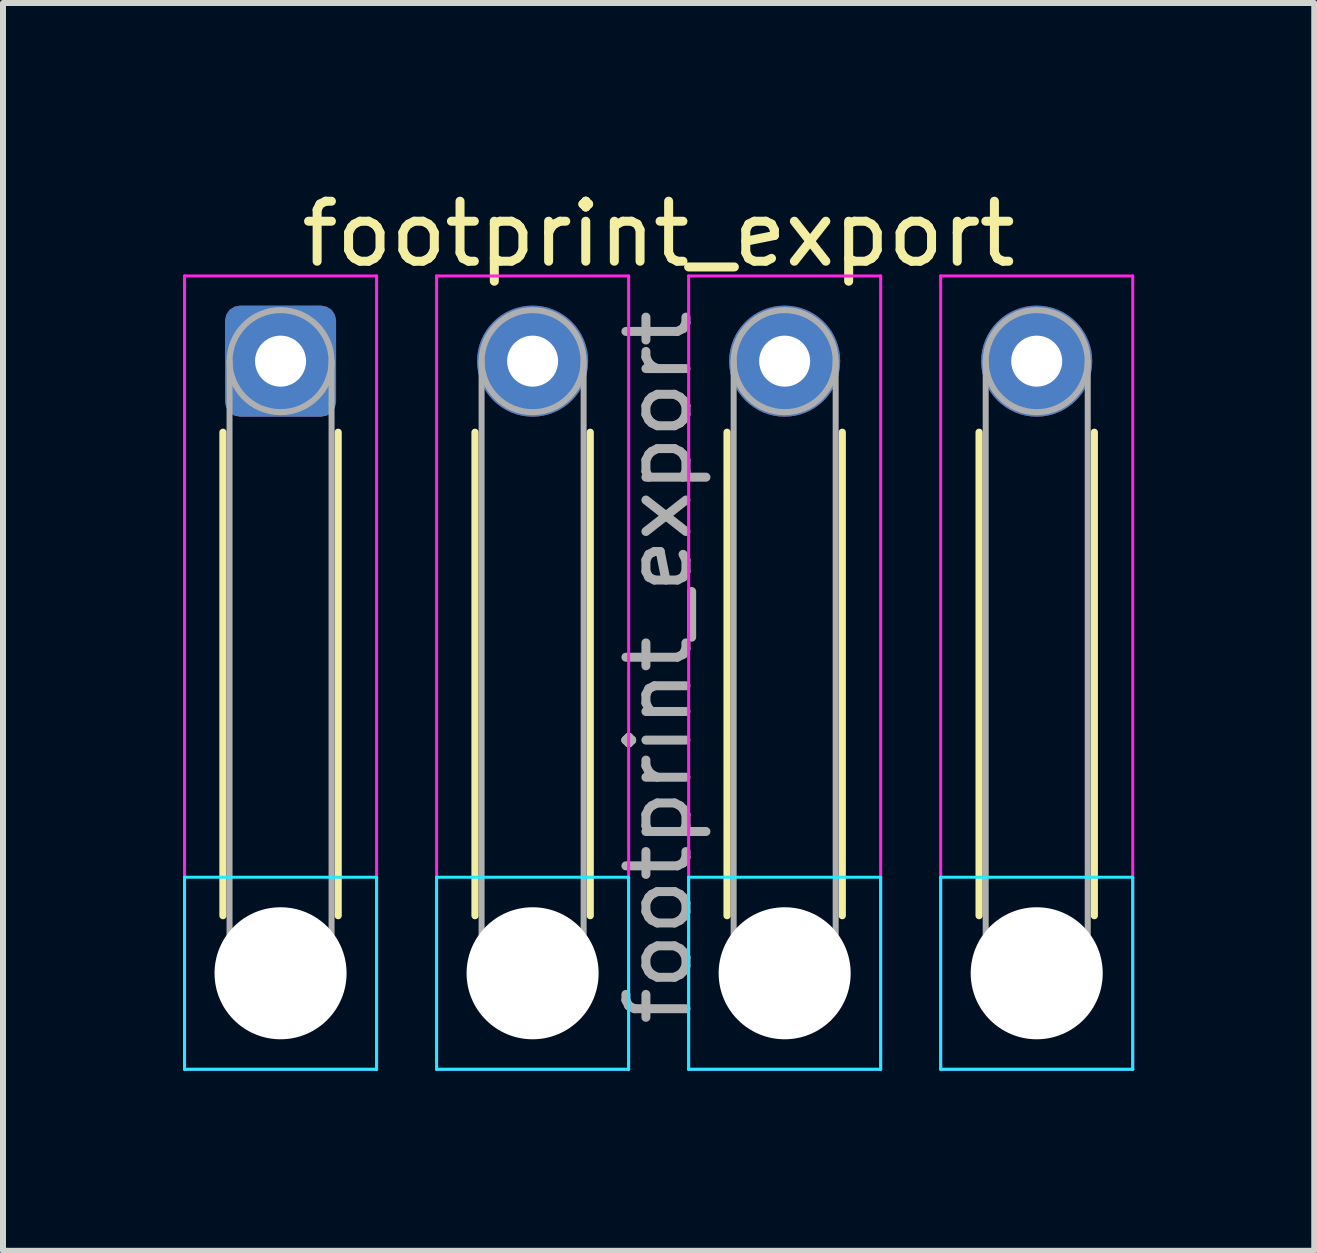
<source format=kicad_pcb>
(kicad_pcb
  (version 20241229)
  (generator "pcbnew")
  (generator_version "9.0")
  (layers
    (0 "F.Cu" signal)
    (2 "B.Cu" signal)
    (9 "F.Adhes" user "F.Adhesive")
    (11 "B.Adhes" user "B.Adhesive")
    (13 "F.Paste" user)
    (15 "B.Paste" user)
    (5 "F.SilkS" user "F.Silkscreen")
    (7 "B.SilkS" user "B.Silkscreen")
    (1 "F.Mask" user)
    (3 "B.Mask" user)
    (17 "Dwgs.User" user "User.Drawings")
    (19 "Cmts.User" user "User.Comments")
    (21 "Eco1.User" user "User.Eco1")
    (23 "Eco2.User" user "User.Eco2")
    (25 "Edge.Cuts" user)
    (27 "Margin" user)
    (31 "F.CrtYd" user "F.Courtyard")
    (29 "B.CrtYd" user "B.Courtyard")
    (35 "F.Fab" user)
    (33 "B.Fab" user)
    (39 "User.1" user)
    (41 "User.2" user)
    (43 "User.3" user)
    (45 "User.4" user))
  (footprint "footprint_export"
    (layer "F.Cu")
    (at 1.625 2.968)
    (property "Reference" "footprint_export" (at 6.3 -2.12 0) (layer "F.SilkS") (effects (font (size 1 1) (thickness 0.15))))
    (attr exclude_from_pos_files exclude_from_bom)
    (fp_line (start -0.96 1.185) (end -0.96 9.24) (stroke (width 0.12) (type solid)) (layer "F.SilkS"))
    (fp_line (start 0.96 1.185) (end 0.96 9.24) (stroke (width 0.12) (type solid)) (layer "F.SilkS"))
    (fp_line (start 3.24 1.185) (end 3.24 9.24) (stroke (width 0.12) (type solid)) (layer "F.SilkS"))
    (fp_line (start 5.16 1.185) (end 5.16 9.24) (stroke (width 0.12) (type solid)) (layer "F.SilkS"))
    (fp_line (start 7.44 1.185) (end 7.44 9.24) (stroke (width 0.12) (type solid)) (layer "F.SilkS"))
    (fp_line (start 9.36 1.185) (end 9.36 9.24) (stroke (width 0.12) (type solid)) (layer "F.SilkS"))
    (fp_line (start 11.64 1.185) (end 11.64 9.24) (stroke (width 0.12) (type solid)) (layer "F.SilkS"))
    (fp_line (start 13.56 1.185) (end 13.56 9.24) (stroke (width 0.12) (type solid)) (layer "F.SilkS"))
    (fp_line (start -1.6 8.6) (end -1.6 11.8) (stroke (width 0.05) (type solid)) (layer "B.CrtYd"))
    (fp_line (start -1.6 11.8) (end 1.6 11.8) (stroke (width 0.05) (type solid)) (layer "B.CrtYd"))
    (fp_line (start 1.6 8.6) (end -1.6 8.6) (stroke (width 0.05) (type solid)) (layer "B.CrtYd"))
    (fp_line (start 1.6 11.8) (end 1.6 8.6) (stroke (width 0.05) (type solid)) (layer "B.CrtYd"))
    (fp_line (start 2.6 8.6) (end 2.6 11.8) (stroke (width 0.05) (type solid)) (layer "B.CrtYd"))
    (fp_line (start 2.6 11.8) (end 5.8 11.8) (stroke (width 0.05) (type solid)) (layer "B.CrtYd"))
    (fp_line (start 5.8 8.6) (end 2.6 8.6) (stroke (width 0.05) (type solid)) (layer "B.CrtYd"))
    (fp_line (start 5.8 11.8) (end 5.8 8.6) (stroke (width 0.05) (type solid)) (layer "B.CrtYd"))
    (fp_line (start 6.8 8.6) (end 6.8 11.8) (stroke (width 0.05) (type solid)) (layer "B.CrtYd"))
    (fp_line (start 6.8 11.8) (end 10 11.8) (stroke (width 0.05) (type solid)) (layer "B.CrtYd"))
    (fp_line (start 10 8.6) (end 6.8 8.6) (stroke (width 0.05) (type solid)) (layer "B.CrtYd"))
    (fp_line (start 10 11.8) (end 10 8.6) (stroke (width 0.05) (type solid)) (layer "B.CrtYd"))
    (fp_line (start 11 8.6) (end 11 11.8) (stroke (width 0.05) (type solid)) (layer "B.CrtYd"))
    (fp_line (start 11 11.8) (end 14.2 11.8) (stroke (width 0.05) (type solid)) (layer "B.CrtYd"))
    (fp_line (start 14.2 8.6) (end 11 8.6) (stroke (width 0.05) (type solid)) (layer "B.CrtYd"))
    (fp_line (start 14.2 11.8) (end 14.2 8.6) (stroke (width 0.05) (type solid)) (layer "B.CrtYd"))
    (fp_line (start -1.6 -1.42) (end -1.6 11.8) (stroke (width 0.05) (type solid)) (layer "F.CrtYd"))
    (fp_line (start -1.6 11.8) (end 1.6 11.8) (stroke (width 0.05) (type solid)) (layer "F.CrtYd"))
    (fp_line (start 1.6 -1.42) (end -1.6 -1.42) (stroke (width 0.05) (type solid)) (layer "F.CrtYd"))
    (fp_line (start 1.6 11.8) (end 1.6 -1.42) (stroke (width 0.05) (type solid)) (layer "F.CrtYd"))
    (fp_line (start 2.6 -1.42) (end 2.6 11.8) (stroke (width 0.05) (type solid)) (layer "F.CrtYd"))
    (fp_line (start 2.6 11.8) (end 5.8 11.8) (stroke (width 0.05) (type solid)) (layer "F.CrtYd"))
    (fp_line (start 5.8 -1.42) (end 2.6 -1.42) (stroke (width 0.05) (type solid)) (layer "F.CrtYd"))
    (fp_line (start 5.8 11.8) (end 5.8 -1.42) (stroke (width 0.05) (type solid)) (layer "F.CrtYd"))
    (fp_line (start 6.8 -1.42) (end 6.8 11.8) (stroke (width 0.05) (type solid)) (layer "F.CrtYd"))
    (fp_line (start 6.8 11.8) (end 10 11.8) (stroke (width 0.05) (type solid)) (layer "F.CrtYd"))
    (fp_line (start 10 -1.42) (end 6.8 -1.42) (stroke (width 0.05) (type solid)) (layer "F.CrtYd"))
    (fp_line (start 10 11.8) (end 10 -1.42) (stroke (width 0.05) (type solid)) (layer "F.CrtYd"))
    (fp_line (start 11 -1.42) (end 11 11.8) (stroke (width 0.05) (type solid)) (layer "F.CrtYd"))
    (fp_line (start 11 11.8) (end 14.2 11.8) (stroke (width 0.05) (type solid)) (layer "F.CrtYd"))
    (fp_line (start 14.2 -1.42) (end 11 -1.42) (stroke (width 0.05) (type solid)) (layer "F.CrtYd"))
    (fp_line (start 14.2 11.8) (end 14.2 -1.42) (stroke (width 0.05) (type solid)) (layer "F.CrtYd"))
    (fp_line (start -0.85 0) (end -0.85 10.2) (stroke (width 0.1) (type solid)) (layer "F.Fab"))
    (fp_line (start 0.85 0) (end 0.85 10.2) (stroke (width 0.1) (type solid)) (layer "F.Fab"))
    (fp_line (start 3.35 0) (end 3.35 10.2) (stroke (width 0.1) (type solid)) (layer "F.Fab"))
    (fp_line (start 5.05 0) (end 5.05 10.2) (stroke (width 0.1) (type solid)) (layer "F.Fab"))
    (fp_line (start 7.55 0) (end 7.55 10.2) (stroke (width 0.1) (type solid)) (layer "F.Fab"))
    (fp_line (start 9.25 0) (end 9.25 10.2) (stroke (width 0.1) (type solid)) (layer "F.Fab"))
    (fp_line (start 11.75 0) (end 11.75 10.2) (stroke (width 0.1) (type solid)) (layer "F.Fab"))
    (fp_line (start 13.45 0) (end 13.45 10.2) (stroke (width 0.1) (type solid)) (layer "F.Fab"))
    (fp_circle (center 0 0) (end 0.85 0) (stroke (width 0.1) (type solid)) (fill no) (layer "F.Fab"))
    (fp_circle (center 0 10.2) (end 0.85 10.2) (stroke (width 0.1) (type solid)) (fill no) (layer "F.Fab"))
    (fp_circle (center 4.2 0) (end 5.05 0) (stroke (width 0.1) (type solid)) (fill no) (layer "F.Fab"))
    (fp_circle (center 4.2 10.2) (end 5.05 10.2) (stroke (width 0.1) (type solid)) (fill no) (layer "F.Fab"))
    (fp_circle (center 8.4 0) (end 9.25 0) (stroke (width 0.1) (type solid)) (fill no) (layer "F.Fab"))
    (fp_circle (center 8.4 10.2) (end 9.25 10.2) (stroke (width 0.1) (type solid)) (fill no) (layer "F.Fab"))
    (fp_circle (center 12.6 0) (end 13.45 0) (stroke (width 0.1) (type solid)) (fill no) (layer "F.Fab"))
    (fp_circle (center 12.6 10.2) (end 13.45 10.2) (stroke (width 0.1) (type solid)) (fill no) (layer "F.Fab"))
    (fp_text user "${REFERENCE}" (at 6.3 5.1 90) (layer "F.Fab") (effects (font (size 1 1) (thickness 0.15))))
    (pad "" np_thru_hole circle (at 0 10.2) (size 2.2 2.2) (drill 2.2) (layers "*.Cu" "*.Mask"))
    (pad "" np_thru_hole circle (at 4.2 10.2) (size 2.2 2.2) (drill 2.2) (layers "*.Cu" "*.Mask"))
    (pad "" np_thru_hole circle (at 8.4 10.2) (size 2.2 2.2) (drill 2.2) (layers "*.Cu" "*.Mask"))
    (pad "" np_thru_hole circle (at 12.6 10.2) (size 2.2 2.2) (drill 2.2) (layers "*.Cu" "*.Mask"))
    (pad "1" thru_hole roundrect (at 0 0) (size 1.85 1.85) (drill 0.85) (layers "*.Cu" "*.Mask") (roundrect_rratio 0.135))
    (pad "2" thru_hole circle (at 4.2 0) (size 1.85 1.85) (drill 0.85) (layers "*.Cu" "*.Mask"))
    (pad "3" thru_hole circle (at 8.4 0) (size 1.85 1.85) (drill 0.85) (layers "*.Cu" "*.Mask"))
    (pad "4" thru_hole circle (at 12.6 0) (size 1.85 1.85) (drill 0.85) (layers "*.Cu" "*.Mask")))
  (gr_rect
    (start -3 -3)
    (end 18.85 17.793)
    (stroke (width 0.1) (type default))
    (fill no)
    (layer "Edge.Cuts")))
</source>
